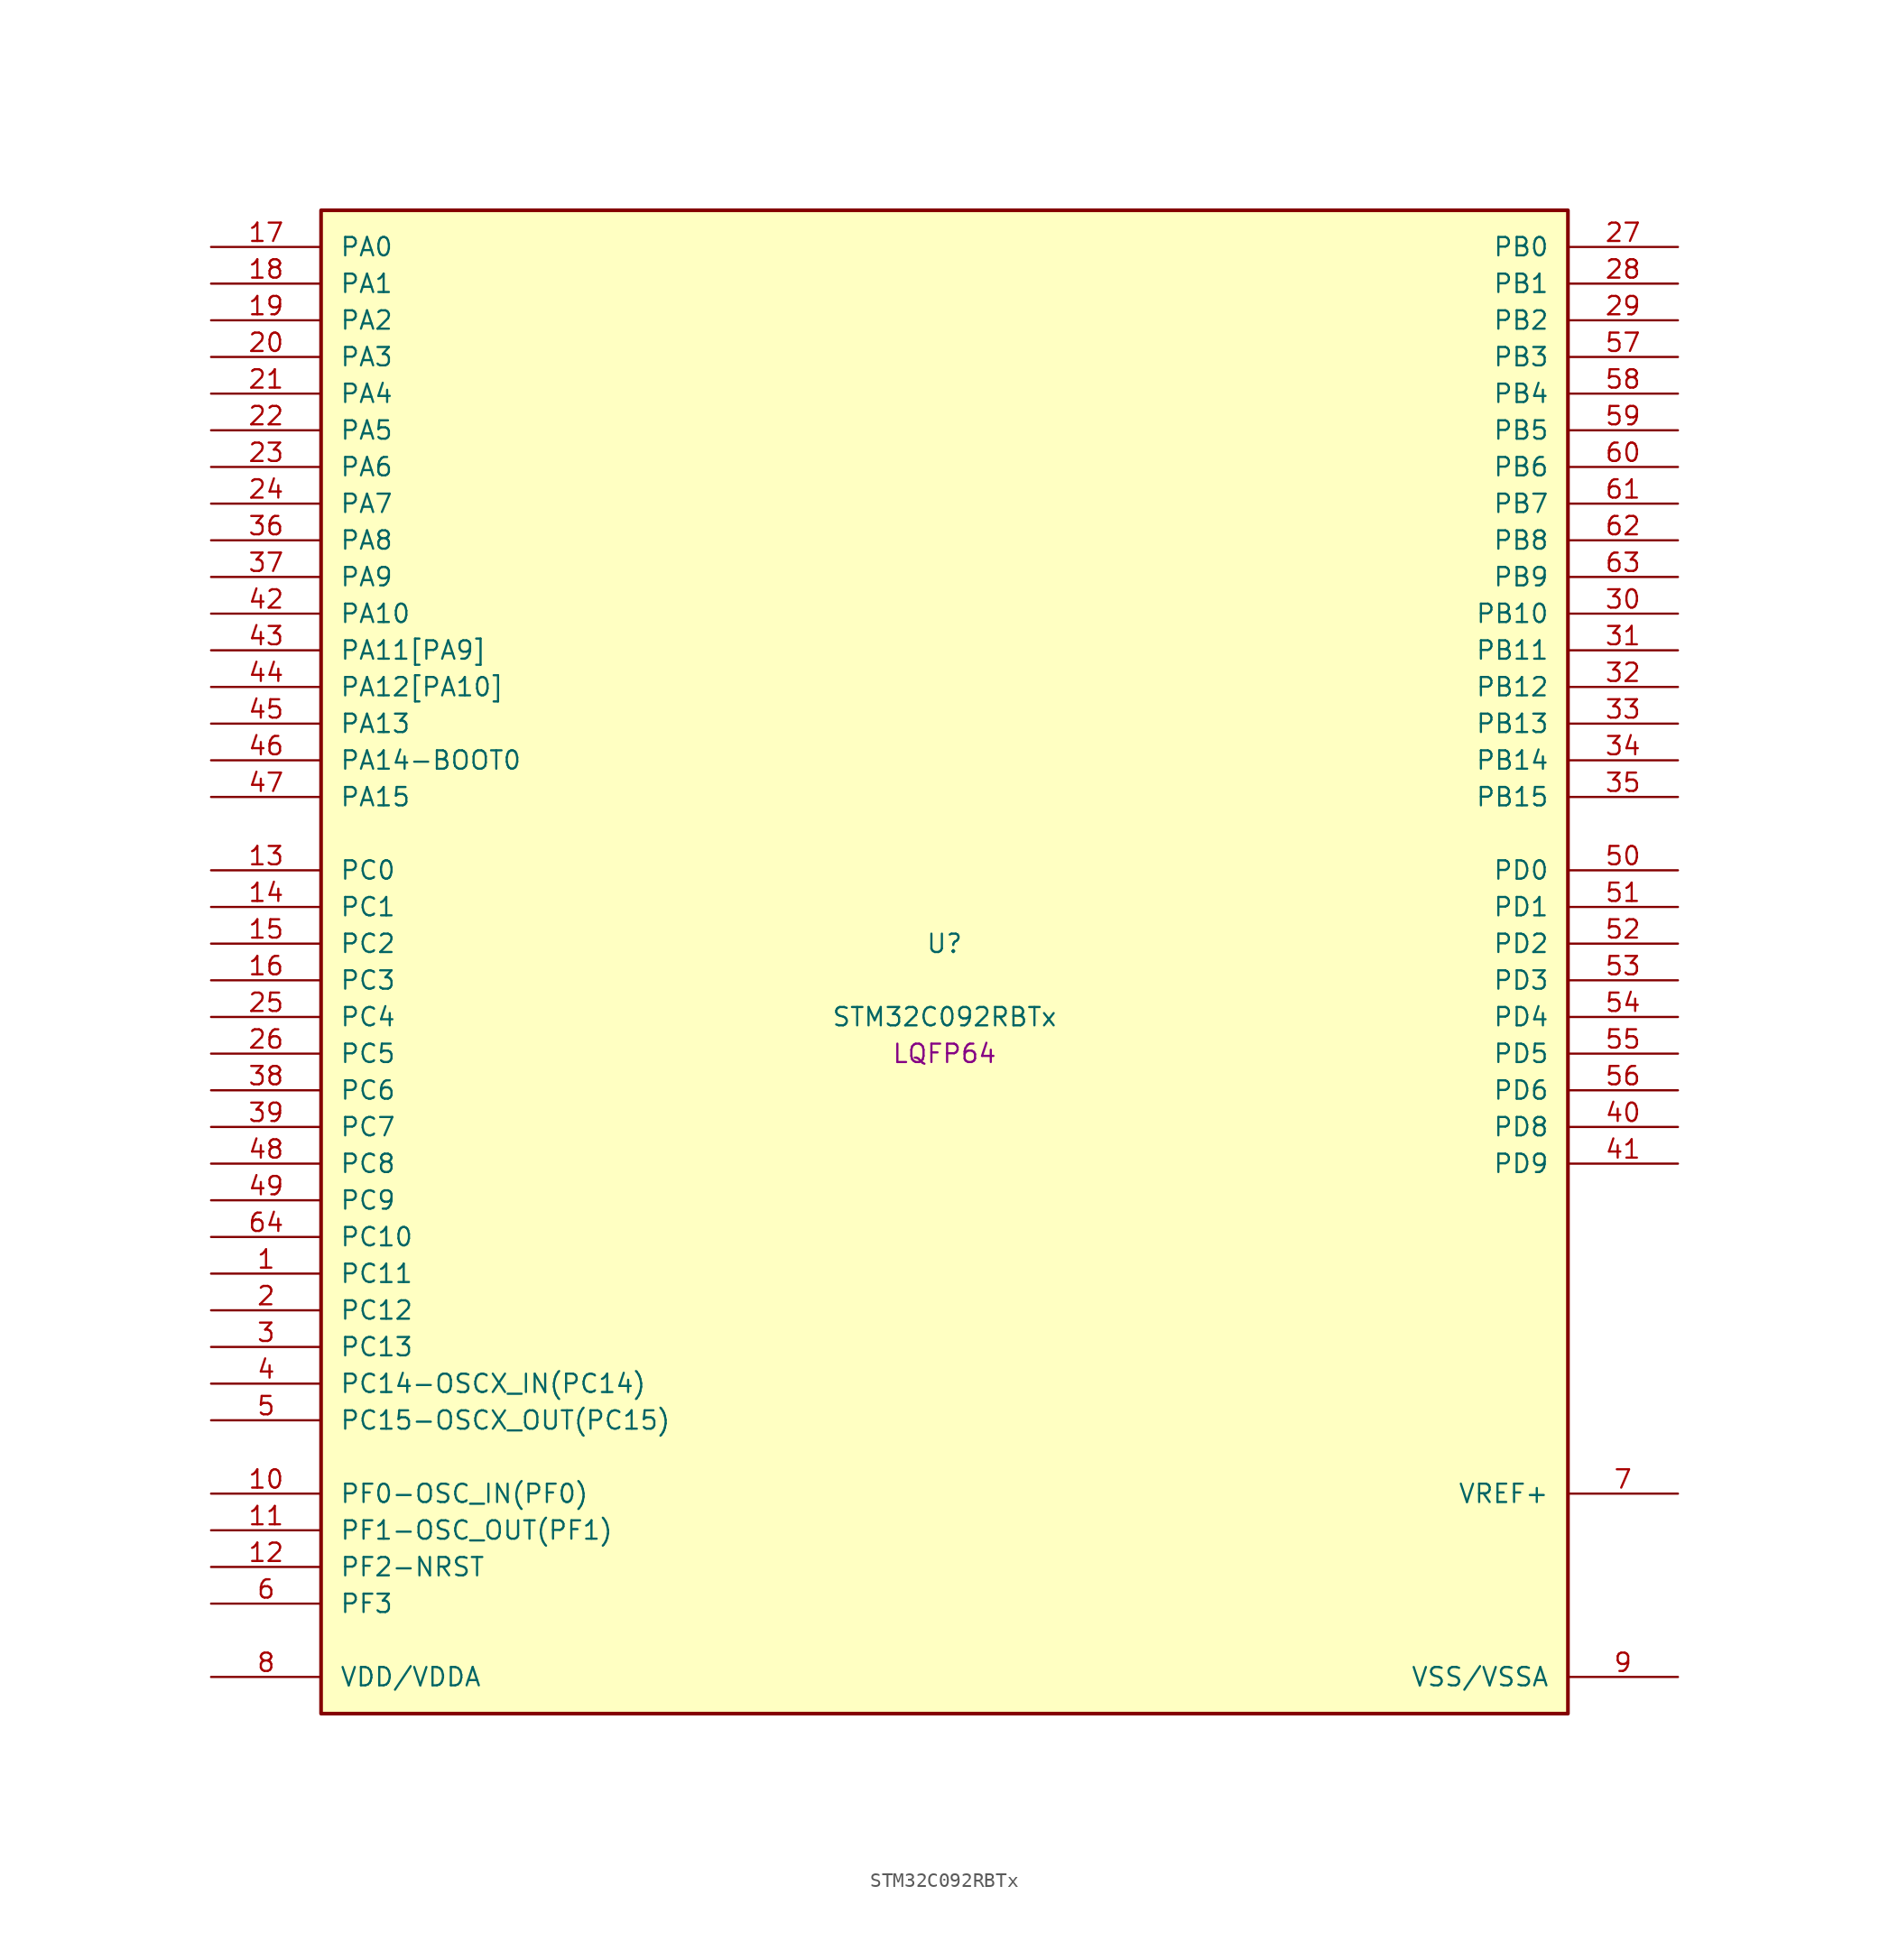
<source format=kicad_sym>
(kicad_symbol_lib
  (version 20241209)
  (generator "stm32_pkl_generator")
  (generator_version "1.0")
  (symbol "STM32C092RBTx"
    (pin_names
      (offset 1.27))
    (property "Reference" "U"
      (at 0 2.54 0))
    (property "Value" "STM32C092RBTx"
      (at 0 -2.54 0))
    (property "Footprint" "LQFP64"
      (at 0 -5.08 0))
    (symbol "STM32C092RBTx_1_1"
      (rectangle (start -43.18 53.34) (end 43.18 -50.8) (stroke (width 0.254) (type solid)) (fill (type background)))
      (pin bidirectional line (at -50.8 50.8 0) (length 7.62) (name "PA0") (number "17") (alternate "PA0/ADC1_IN0" bidirectional line) (alternate "PA0/PWR_WKUP1" bidirectional line) (alternate "PA0/SPI2_SCK" bidirectional line) (alternate "PA0/TIM16_CH1" bidirectional line) (alternate "PA0/TIM1_CH1" bidirectional line) (alternate "PA0/TIM2_CH1" bidirectional line) (alternate "PA0/TIM2_ETR" bidirectional line) (alternate "PA0/USART1_TX" bidirectional line) (alternate "PA0/USART2_CTS" bidirectional line) (alternate "PA0/USART2_NSS" bidirectional line) (alternate "PA0/USART4_TX" bidirectional line))
      (pin bidirectional line (at -50.8 48.26 0) (length 7.62) (name "PA1") (number "18") (alternate "PA1/ADC1_IN1" bidirectional line) (alternate "PA1/I2C1_SMBA" bidirectional line) (alternate "PA1/I2S1_CK" bidirectional line) (alternate "PA1/SPI1_SCK" bidirectional line) (alternate "PA1/TIM15_CH1N" bidirectional line) (alternate "PA1/TIM17_CH1" bidirectional line) (alternate "PA1/TIM1_CH2" bidirectional line) (alternate "PA1/TIM2_CH2" bidirectional line) (alternate "PA1/USART1_RX" bidirectional line) (alternate "PA1/USART2_CK" bidirectional line) (alternate "PA1/USART2_DE" bidirectional line) (alternate "PA1/USART2_RTS" bidirectional line) (alternate "PA1/USART4_RX" bidirectional line))
      (pin bidirectional line (at -50.8 45.72 0) (length 7.62) (name "PA2") (number "19") (alternate "PA2/ADC1_IN2" bidirectional line) (alternate "PA2/I2S1_SD" bidirectional line) (alternate "PA2/PWR_WKUP4" bidirectional line) (alternate "PA2/RCC_LSCO" bidirectional line) (alternate "PA2/SPI1_MOSI" bidirectional line) (alternate "PA2/TIM15_CH1" bidirectional line) (alternate "PA2/TIM16_CH1N" bidirectional line) (alternate "PA2/TIM1_CH3" bidirectional line) (alternate "PA2/TIM2_CH3" bidirectional line) (alternate "PA2/TIM3_ETR" bidirectional line) (alternate "PA2/USART2_TX" bidirectional line))
      (pin bidirectional line (at -50.8 43.18 0) (length 7.62) (name "PA3") (number "20") (alternate "PA3/ADC1_IN3" bidirectional line) (alternate "PA3/SPI2_MISO" bidirectional line) (alternate "PA3/TIM15_CH2" bidirectional line) (alternate "PA3/TIM1_CH1N" bidirectional line) (alternate "PA3/TIM1_CH4" bidirectional line) (alternate "PA3/TIM2_CH4" bidirectional line) (alternate "PA3/USART2_RX" bidirectional line))
      (pin bidirectional line (at -50.8 40.64 0) (length 7.62) (name "PA4") (number "21") (alternate "PA4/ADC1_IN4" bidirectional line) (alternate "PA4/I2S1_WS" bidirectional line) (alternate "PA4/RTC_OUT2" bidirectional line) (alternate "PA4/SPI1_NSS" bidirectional line) (alternate "PA4/SPI2_MOSI" bidirectional line) (alternate "PA4/TIM14_CH1" bidirectional line) (alternate "PA4/TIM17_CH1N" bidirectional line) (alternate "PA4/TIM1_CH2N" bidirectional line) (alternate "PA4/USART2_TX" bidirectional line))
      (pin bidirectional line (at -50.8 38.1 0) (length 7.62) (name "PA5") (number "22") (alternate "PA5/ADC1_IN5" bidirectional line) (alternate "PA5/I2S1_CK" bidirectional line) (alternate "PA5/SPI1_SCK" bidirectional line) (alternate "PA5/TIM1_CH1" bidirectional line) (alternate "PA5/TIM1_CH3N" bidirectional line) (alternate "PA5/TIM2_CH1" bidirectional line) (alternate "PA5/TIM2_ETR" bidirectional line) (alternate "PA5/USART2_RX" bidirectional line) (alternate "PA5/USART3_TX" bidirectional line))
      (pin bidirectional line (at -50.8 35.56 0) (length 7.62) (name "PA6") (number "23") (alternate "PA6/ADC1_IN6" bidirectional line) (alternate "PA6/I2C2_SDA" bidirectional line) (alternate "PA6/I2S1_MCK" bidirectional line) (alternate "PA6/SPI1_MISO" bidirectional line) (alternate "PA6/TIM16_CH1" bidirectional line) (alternate "PA6/TIM1_BKIN" bidirectional line) (alternate "PA6/TIM3_CH1" bidirectional line) (alternate "PA6/USART3_CTS" bidirectional line) (alternate "PA6/USART3_NSS" bidirectional line))
      (pin bidirectional line (at -50.8 33.02 0) (length 7.62) (name "PA7") (number "24") (alternate "PA7/ADC1_IN7" bidirectional line) (alternate "PA7/I2C2_SCL" bidirectional line) (alternate "PA7/I2S1_SD" bidirectional line) (alternate "PA7/SPI1_MOSI" bidirectional line) (alternate "PA7/TIM14_CH1" bidirectional line) (alternate "PA7/TIM17_CH1" bidirectional line) (alternate "PA7/TIM1_CH1N" bidirectional line) (alternate "PA7/TIM3_CH2" bidirectional line))
      (pin bidirectional line (at -50.8 30.48 0) (length 7.62) (name "PA8") (number "36") (alternate "PA8/ADC1_IN8" bidirectional line) (alternate "PA8/I2S1_WS" bidirectional line) (alternate "PA8/RCC_MCO" bidirectional line) (alternate "PA8/RCC_MCO_2" bidirectional line) (alternate "PA8/SPI1_NSS" bidirectional line) (alternate "PA8/SPI2_MISO" bidirectional line) (alternate "PA8/SPI2_NSS" bidirectional line) (alternate "PA8/TIM14_CH1" bidirectional line) (alternate "PA8/TIM1_CH1" bidirectional line) (alternate "PA8/TIM1_CH2N" bidirectional line) (alternate "PA8/TIM1_CH3N" bidirectional line) (alternate "PA8/TIM3_CH3" bidirectional line) (alternate "PA8/TIM3_CH4" bidirectional line) (alternate "PA8/USART1_RX" bidirectional line) (alternate "PA8/USART2_TX" bidirectional line))
      (pin bidirectional line (at -50.8 27.94 0) (length 7.62) (name "PA9") (number "37") (alternate "PA9/I2C1_SCL" bidirectional line) (alternate "PA9/I2C2_SCL" bidirectional line) (alternate "PA9/RCC_MCO" bidirectional line) (alternate "PA9/SPI2_MISO" bidirectional line) (alternate "PA9/TIM15_BKIN" bidirectional line) (alternate "PA9/TIM1_CH2" bidirectional line) (alternate "PA9/TIM3_ETR" bidirectional line) (alternate "PA9/USART1_TX" bidirectional line) (alternate "PA9/NC" bidirectional line))
      (pin bidirectional line (at -50.8 25.4 0) (length 7.62) (name "PA10") (number "42") (alternate "PA10/I2C1_SDA" bidirectional line) (alternate "PA10/I2C2_SDA" bidirectional line) (alternate "PA10/RCC_MCO_2" bidirectional line) (alternate "PA10/SPI2_MOSI" bidirectional line) (alternate "PA10/TIM17_BKIN" bidirectional line) (alternate "PA10/TIM1_CH3" bidirectional line) (alternate "PA10/USART1_RX" bidirectional line) (alternate "PA10/NC" bidirectional line))
      (pin bidirectional line (at -50.8 22.86 0) (length 7.62) (name "PA11[PA9]") (number "43") (alternate "PA11[PA9]/ADC1_EXTI11" bidirectional line) (alternate "PA11[PA9]/FDCAN1_RX" bidirectional line) (alternate "PA11[PA9]/I2C2_SCL" bidirectional line) (alternate "PA11[PA9]/I2S1_MCK" bidirectional line) (alternate "PA11[PA9]/SPI1_MISO" bidirectional line) (alternate "PA11[PA9]/TIM1_BKIN2" bidirectional line) (alternate "PA11[PA9]/TIM1_CH4" bidirectional line) (alternate "PA11[PA9]/USART1_CTS" bidirectional line) (alternate "PA11[PA9]/USART1_NSS" bidirectional line) (alternate "PA11[PA9]/PA9[PA11]" bidirectional line) (alternate "PA11[PA9]/I2C1_SCL" bidirectional line) (alternate "PA11[PA9]/RCC_MCO" bidirectional line) (alternate "PA11[PA9]/SPI2_MISO" bidirectional line) (alternate "PA11[PA9]/TIM15_BKIN" bidirectional line) (alternate "PA11[PA9]/TIM1_CH2" bidirectional line) (alternate "PA11[PA9]/TIM3_ETR" bidirectional line) (alternate "PA11[PA9]/USART1_TX" bidirectional line))
      (pin bidirectional line (at -50.8 20.32 0) (length 7.62) (name "PA12[PA10]") (number "44") (alternate "PA12[PA10]/FDCAN1_TX" bidirectional line) (alternate "PA12[PA10]/I2C2_SDA" bidirectional line) (alternate "PA12[PA10]/I2S1_SD" bidirectional line) (alternate "PA12[PA10]/I2S_CKIN" bidirectional line) (alternate "PA12[PA10]/SPI1_MOSI" bidirectional line) (alternate "PA12[PA10]/TIM1_ETR" bidirectional line) (alternate "PA12[PA10]/USART1_CK" bidirectional line) (alternate "PA12[PA10]/USART1_DE" bidirectional line) (alternate "PA12[PA10]/USART1_RTS" bidirectional line) (alternate "PA12[PA10]/PA10[PA12]" bidirectional line) (alternate "PA12[PA10]/I2C1_SDA" bidirectional line) (alternate "PA12[PA10]/RCC_MCO_2" bidirectional line) (alternate "PA12[PA10]/SPI2_MOSI" bidirectional line) (alternate "PA12[PA10]/TIM17_BKIN" bidirectional line) (alternate "PA12[PA10]/TIM1_CH3" bidirectional line) (alternate "PA12[PA10]/USART1_RX" bidirectional line))
      (pin bidirectional line (at -50.8 17.78 0) (length 7.62) (name "PA13") (number "45") (alternate "PA13/ADC1_IN13" bidirectional line) (alternate "PA13/DEBUG_SWDIO" bidirectional line) (alternate "PA13/IR_OUT" bidirectional line) (alternate "PA13/TIM3_ETR" bidirectional line) (alternate "PA13/USART2_RX" bidirectional line))
      (pin bidirectional line (at -50.8 15.24 0) (length 7.62) (name "PA14-BOOT0") (number "46") (alternate "PA14-BOOT0/ADC1_IN14" bidirectional line) (alternate "PA14-BOOT0/BOOT0" bidirectional line) (alternate "PA14-BOOT0/DEBUG_SWCLK" bidirectional line) (alternate "PA14-BOOT0/I2S1_WS" bidirectional line) (alternate "PA14-BOOT0/RCC_MCO_2" bidirectional line) (alternate "PA14-BOOT0/SPI1_NSS" bidirectional line) (alternate "PA14-BOOT0/TIM1_CH1" bidirectional line) (alternate "PA14-BOOT0/USART1_CK" bidirectional line) (alternate "PA14-BOOT0/USART1_DE" bidirectional line) (alternate "PA14-BOOT0/USART1_RTS" bidirectional line) (alternate "PA14-BOOT0/USART2_RX" bidirectional line) (alternate "PA14-BOOT0/USART2_TX" bidirectional line))
      (pin bidirectional line (at -50.8 12.7 0) (length 7.62) (name "PA15") (number "47") (alternate "PA15/I2S1_WS" bidirectional line) (alternate "PA15/RCC_MCO_2" bidirectional line) (alternate "PA15/SPI1_NSS" bidirectional line) (alternate "PA15/TIM1_CH1" bidirectional line) (alternate "PA15/TIM2_CH1" bidirectional line) (alternate "PA15/TIM2_ETR" bidirectional line) (alternate "PA15/USART1_CK" bidirectional line) (alternate "PA15/USART1_DE" bidirectional line) (alternate "PA15/USART1_RTS" bidirectional line) (alternate "PA15/USART2_RX" bidirectional line) (alternate "PA15/USART3_CK" bidirectional line) (alternate "PA15/USART3_DE" bidirectional line) (alternate "PA15/USART3_RTS" bidirectional line) (alternate "PA15/USART4_CK" bidirectional line) (alternate "PA15/USART4_DE" bidirectional line) (alternate "PA15/USART4_RTS" bidirectional line))
      (pin bidirectional line (at 50.8 50.8 180) (length 7.62) (name "PB0") (number "27") (alternate "PB0/ADC1_IN17" bidirectional line) (alternate "PB0/FDCAN1_RX" bidirectional line) (alternate "PB0/I2S1_WS" bidirectional line) (alternate "PB0/SPI1_NSS" bidirectional line) (alternate "PB0/TIM1_CH2N" bidirectional line) (alternate "PB0/TIM3_CH3" bidirectional line) (alternate "PB0/USART3_RX" bidirectional line))
      (pin bidirectional line (at 50.8 48.26 180) (length 7.62) (name "PB1") (number "28") (alternate "PB1/ADC1_IN18" bidirectional line) (alternate "PB1/FDCAN1_TX" bidirectional line) (alternate "PB1/TIM14_CH1" bidirectional line) (alternate "PB1/TIM1_CH2N" bidirectional line) (alternate "PB1/TIM1_CH3N" bidirectional line) (alternate "PB1/TIM3_CH4" bidirectional line) (alternate "PB1/USART3_CK" bidirectional line) (alternate "PB1/USART3_DE" bidirectional line) (alternate "PB1/USART3_RTS" bidirectional line))
      (pin bidirectional line (at 50.8 45.72 180) (length 7.62) (name "PB2") (number "29") (alternate "PB2/ADC1_IN19" bidirectional line) (alternate "PB2/RCC_MCO_2" bidirectional line) (alternate "PB2/SPI2_MISO" bidirectional line) (alternate "PB2/USART1_RX" bidirectional line) (alternate "PB2/USART3_TX" bidirectional line))
      (pin bidirectional line (at 50.8 43.18 180) (length 7.62) (name "PB3") (number "57") (alternate "PB3/I2C2_SCL" bidirectional line) (alternate "PB3/I2S1_CK" bidirectional line) (alternate "PB3/SPI1_SCK" bidirectional line) (alternate "PB3/TIM1_CH2" bidirectional line) (alternate "PB3/TIM2_CH2" bidirectional line) (alternate "PB3/TIM3_CH2" bidirectional line) (alternate "PB3/USART1_CK" bidirectional line) (alternate "PB3/USART1_DE" bidirectional line) (alternate "PB3/USART1_RTS" bidirectional line))
      (pin bidirectional line (at 50.8 40.64 180) (length 7.62) (name "PB4") (number "58") (alternate "PB4/I2C2_SDA" bidirectional line) (alternate "PB4/I2S1_MCK" bidirectional line) (alternate "PB4/SPI1_MISO" bidirectional line) (alternate "PB4/TIM17_BKIN" bidirectional line) (alternate "PB4/TIM3_CH1" bidirectional line) (alternate "PB4/USART1_CTS" bidirectional line) (alternate "PB4/USART1_NSS" bidirectional line))
      (pin bidirectional line (at 50.8 38.1 180) (length 7.62) (name "PB5") (number "59") (alternate "PB5/FDCAN1_RX" bidirectional line) (alternate "PB5/I2C1_SMBA" bidirectional line) (alternate "PB5/I2S1_SD" bidirectional line) (alternate "PB5/PWR_WKUP6" bidirectional line) (alternate "PB5/SPI1_MOSI" bidirectional line) (alternate "PB5/TIM16_BKIN" bidirectional line) (alternate "PB5/TIM3_CH2" bidirectional line) (alternate "PB5/TIM3_CH3" bidirectional line))
      (pin bidirectional line (at 50.8 35.56 180) (length 7.62) (name "PB6") (number "60") (alternate "PB6/FDCAN1_TX" bidirectional line) (alternate "PB6/I2C1_SCL" bidirectional line) (alternate "PB6/I2C1_SMBA" bidirectional line) (alternate "PB6/I2S1_CK" bidirectional line) (alternate "PB6/I2S1_MCK" bidirectional line) (alternate "PB6/I2S1_SD" bidirectional line) (alternate "PB6/PWR_WKUP3" bidirectional line) (alternate "PB6/SPI1_MISO" bidirectional line) (alternate "PB6/SPI1_MOSI" bidirectional line) (alternate "PB6/SPI1_SCK" bidirectional line) (alternate "PB6/SPI2_MISO" bidirectional line) (alternate "PB6/TIM16_BKIN" bidirectional line) (alternate "PB6/TIM16_CH1N" bidirectional line) (alternate "PB6/TIM1_CH2" bidirectional line) (alternate "PB6/TIM1_CH3" bidirectional line) (alternate "PB6/TIM3_CH1" bidirectional line) (alternate "PB6/TIM3_CH2" bidirectional line) (alternate "PB6/TIM3_CH3" bidirectional line) (alternate "PB6/USART1_CTS" bidirectional line) (alternate "PB6/USART1_NSS" bidirectional line) (alternate "PB6/USART1_TX" bidirectional line))
      (pin bidirectional line (at 50.8 33.02 180) (length 7.62) (name "PB7") (number "61") (alternate "PB7/I2C1_SCL" bidirectional line) (alternate "PB7/I2C1_SDA" bidirectional line) (alternate "PB7/SPI2_MOSI" bidirectional line) (alternate "PB7/TIM16_CH1" bidirectional line) (alternate "PB7/TIM17_CH1N" bidirectional line) (alternate "PB7/TIM1_CH4" bidirectional line) (alternate "PB7/TIM3_CH1" bidirectional line) (alternate "PB7/TIM3_CH4" bidirectional line) (alternate "PB7/USART1_RX" bidirectional line) (alternate "PB7/USART2_CTS" bidirectional line) (alternate "PB7/USART2_NSS" bidirectional line) (alternate "PB7/USART4_CTS" bidirectional line) (alternate "PB7/USART4_NSS" bidirectional line))
      (pin bidirectional line (at 50.8 30.48 180) (length 7.62) (name "PB8") (number "62") (alternate "PB8/FDCAN1_RX" bidirectional line) (alternate "PB8/I2C1_SCL" bidirectional line) (alternate "PB8/SPI2_SCK" bidirectional line) (alternate "PB8/TIM15_BKIN" bidirectional line) (alternate "PB8/TIM16_CH1" bidirectional line) (alternate "PB8/TIM3_CH1" bidirectional line) (alternate "PB8/USART2_CTS" bidirectional line) (alternate "PB8/USART2_NSS" bidirectional line) (alternate "PB8/USART3_TX" bidirectional line))
      (pin bidirectional line (at 50.8 27.94 180) (length 7.62) (name "PB9") (number "63") (alternate "PB9/FDCAN1_TX" bidirectional line) (alternate "PB9/I2C1_SDA" bidirectional line) (alternate "PB9/IR_OUT" bidirectional line) (alternate "PB9/SPI2_NSS" bidirectional line) (alternate "PB9/TIM17_CH1" bidirectional line) (alternate "PB9/TIM3_CH2" bidirectional line) (alternate "PB9/USART2_CK" bidirectional line) (alternate "PB9/USART2_DE" bidirectional line) (alternate "PB9/USART2_RTS" bidirectional line) (alternate "PB9/USART3_RX" bidirectional line))
      (pin bidirectional line (at 50.8 25.4 180) (length 7.62) (name "PB10") (number "30") (alternate "PB10/ADC1_IN20" bidirectional line) (alternate "PB10/I2C2_SCL" bidirectional line) (alternate "PB10/SPI2_SCK" bidirectional line) (alternate "PB10/TIM2_CH3" bidirectional line) (alternate "PB10/USART3_TX" bidirectional line))
      (pin bidirectional line (at 50.8 22.86 180) (length 7.62) (name "PB11") (number "31") (alternate "PB11/ADC1_EXTI11" bidirectional line) (alternate "PB11/ADC1_IN21" bidirectional line) (alternate "PB11/I2C2_SDA" bidirectional line) (alternate "PB11/SPI2_MOSI" bidirectional line) (alternate "PB11/TIM2_CH4" bidirectional line) (alternate "PB11/USART3_RX" bidirectional line))
      (pin bidirectional line (at 50.8 20.32 180) (length 7.62) (name "PB12") (number "32") (alternate "PB12/ADC1_IN22" bidirectional line) (alternate "PB12/FDCAN1_RX" bidirectional line) (alternate "PB12/SPI2_NSS" bidirectional line) (alternate "PB12/TIM15_BKIN" bidirectional line) (alternate "PB12/TIM1_BKIN" bidirectional line) (alternate "PB12/TIM1_BKIN2" bidirectional line))
      (pin bidirectional line (at 50.8 17.78 180) (length 7.62) (name "PB13") (number "33") (alternate "PB13/FDCAN1_TX" bidirectional line) (alternate "PB13/I2C2_SCL" bidirectional line) (alternate "PB13/SPI2_SCK" bidirectional line) (alternate "PB13/TIM15_CH1N" bidirectional line) (alternate "PB13/TIM1_CH1N" bidirectional line) (alternate "PB13/USART3_CTS" bidirectional line) (alternate "PB13/USART3_NSS" bidirectional line))
      (pin bidirectional line (at 50.8 15.24 180) (length 7.62) (name "PB14") (number "34") (alternate "PB14/I2C2_SDA" bidirectional line) (alternate "PB14/SPI2_MISO" bidirectional line) (alternate "PB14/TIM15_CH1" bidirectional line) (alternate "PB14/TIM1_CH2N" bidirectional line) (alternate "PB14/USART3_CK" bidirectional line) (alternate "PB14/USART3_DE" bidirectional line) (alternate "PB14/USART3_RTS" bidirectional line))
      (pin bidirectional line (at 50.8 12.7 180) (length 7.62) (name "PB15") (number "35") (alternate "PB15/RTC_REFIN" bidirectional line) (alternate "PB15/SPI2_MOSI" bidirectional line) (alternate "PB15/TIM15_CH1N" bidirectional line) (alternate "PB15/TIM15_CH2" bidirectional line) (alternate "PB15/TIM1_CH3N" bidirectional line))
      (pin bidirectional line (at -50.8 7.62 0) (length 7.62) (name "PC0") (number "13") (alternate "PC0/USART3_TX" bidirectional line) (alternate "PC0/USART4_RX" bidirectional line))
      (pin bidirectional line (at -50.8 5.08 0) (length 7.62) (name "PC1") (number "14") (alternate "PC1/TIM15_CH1" bidirectional line) (alternate "PC1/USART3_RX" bidirectional line) (alternate "PC1/USART4_TX" bidirectional line))
      (pin bidirectional line (at -50.8 2.54 0) (length 7.62) (name "PC2") (number "15") (alternate "PC2/FDCAN1_RX" bidirectional line) (alternate "PC2/SPI2_MISO" bidirectional line) (alternate "PC2/TIM15_CH2" bidirectional line))
      (pin bidirectional line (at -50.8 0 0) (length 7.62) (name "PC3") (number "16") (alternate "PC3/FDCAN1_TX" bidirectional line) (alternate "PC3/SPI2_MOSI" bidirectional line))
      (pin bidirectional line (at -50.8 -2.54 0) (length 7.62) (name "PC4") (number "25") (alternate "PC4/ADC1_IN11" bidirectional line) (alternate "PC4/FDCAN1_RX" bidirectional line) (alternate "PC4/TIM2_CH1" bidirectional line) (alternate "PC4/TIM2_ETR" bidirectional line) (alternate "PC4/USART1_TX" bidirectional line) (alternate "PC4/USART3_TX" bidirectional line))
      (pin bidirectional line (at -50.8 -5.08 0) (length 7.62) (name "PC5") (number "26") (alternate "PC5/ADC1_IN12" bidirectional line) (alternate "PC5/FDCAN1_TX" bidirectional line) (alternate "PC5/PWR_WKUP5" bidirectional line) (alternate "PC5/TIM2_CH2" bidirectional line) (alternate "PC5/USART1_RX" bidirectional line) (alternate "PC5/USART3_RX" bidirectional line))
      (pin bidirectional line (at -50.8 -7.62 0) (length 7.62) (name "PC6") (number "38") (alternate "PC6/TIM2_CH3" bidirectional line) (alternate "PC6/TIM3_CH1" bidirectional line))
      (pin bidirectional line (at -50.8 -10.16 0) (length 7.62) (name "PC7") (number "39") (alternate "PC7/TIM2_CH4" bidirectional line) (alternate "PC7/TIM3_CH2" bidirectional line))
      (pin bidirectional line (at -50.8 -12.7 0) (length 7.62) (name "PC8") (number "48") (alternate "PC8/TIM1_CH1" bidirectional line) (alternate "PC8/TIM3_CH3" bidirectional line))
      (pin bidirectional line (at -50.8 -15.24 0) (length 7.62) (name "PC9") (number "49") (alternate "PC9/I2S_CKIN" bidirectional line) (alternate "PC9/TIM1_CH2" bidirectional line) (alternate "PC9/TIM3_CH4" bidirectional line))
      (pin bidirectional line (at -50.8 -17.78 0) (length 7.62) (name "PC10") (number "64") (alternate "PC10/TIM1_CH3" bidirectional line) (alternate "PC10/USART3_TX" bidirectional line) (alternate "PC10/USART4_TX" bidirectional line))
      (pin bidirectional line (at -50.8 -20.32 0) (length 7.62) (name "PC11") (number "1") (alternate "PC11/ADC1_EXTI11" bidirectional line) (alternate "PC11/TIM1_CH4" bidirectional line) (alternate "PC11/USART3_RX" bidirectional line) (alternate "PC11/USART4_RX" bidirectional line))
      (pin bidirectional line (at -50.8 -22.86 0) (length 7.62) (name "PC12") (number "2") (alternate "PC12/TIM14_CH1" bidirectional line))
      (pin bidirectional line (at -50.8 -25.4 0) (length 7.62) (name "PC13") (number "3") (alternate "PC13/PWR_WKUP2" bidirectional line) (alternate "PC13/RTC_OUT1" bidirectional line) (alternate "PC13/RTC_TS" bidirectional line) (alternate "PC13/TIM1_BKIN" bidirectional line) (alternate "PC13/TIM1_ETR" bidirectional line))
      (pin bidirectional line (at -50.8 -27.94 0) (length 7.62) (name "PC14-OSCX_IN(PC14)") (number "4") (alternate "PC14-OSCX_IN(PC14)/FDCAN1_TX" bidirectional line) (alternate "PC14-OSCX_IN(PC14)/I2C1_SDA" bidirectional line) (alternate "PC14-OSCX_IN(PC14)/IR_OUT" bidirectional line) (alternate "PC14-OSCX_IN(PC14)/RCC_OSCX_IN" bidirectional line) (alternate "PC14-OSCX_IN(PC14)/SPI2_NSS" bidirectional line) (alternate "PC14-OSCX_IN(PC14)/TIM17_CH1" bidirectional line) (alternate "PC14-OSCX_IN(PC14)/TIM1_BKIN2" bidirectional line) (alternate "PC14-OSCX_IN(PC14)/TIM1_ETR" bidirectional line) (alternate "PC14-OSCX_IN(PC14)/TIM3_CH2" bidirectional line) (alternate "PC14-OSCX_IN(PC14)/USART1_TX" bidirectional line) (alternate "PC14-OSCX_IN(PC14)/USART2_CK" bidirectional line) (alternate "PC14-OSCX_IN(PC14)/USART2_DE" bidirectional line) (alternate "PC14-OSCX_IN(PC14)/USART2_RTS" bidirectional line) (alternate "PC14-OSCX_IN(PC14)/USART3_TX" bidirectional line))
      (pin bidirectional line (at -50.8 -30.48 0) (length 7.62) (name "PC15-OSCX_OUT(PC15)") (number "5") (alternate "PC15-OSCX_OUT(PC15)/RCC_OSC32_EN" bidirectional line) (alternate "PC15-OSCX_OUT(PC15)/RCC_OSCX_OUT" bidirectional line) (alternate "PC15-OSCX_OUT(PC15)/RCC_OSC_EN" bidirectional line) (alternate "PC15-OSCX_OUT(PC15)/TIM15_BKIN" bidirectional line) (alternate "PC15-OSCX_OUT(PC15)/TIM1_ETR" bidirectional line) (alternate "PC15-OSCX_OUT(PC15)/TIM3_CH3" bidirectional line))
      (pin bidirectional line (at 50.8 7.62 180) (length 7.62) (name "PD0") (number "50") (alternate "PD0/FDCAN1_RX" bidirectional line) (alternate "PD0/SPI2_NSS" bidirectional line) (alternate "PD0/TIM16_CH1" bidirectional line))
      (pin bidirectional line (at 50.8 5.08 180) (length 7.62) (name "PD1") (number "51") (alternate "PD1/FDCAN1_TX" bidirectional line) (alternate "PD1/SPI2_SCK" bidirectional line) (alternate "PD1/TIM17_CH1" bidirectional line))
      (pin bidirectional line (at 50.8 2.54 180) (length 7.62) (name "PD2") (number "52") (alternate "PD2/TIM1_CH1N" bidirectional line) (alternate "PD2/TIM3_ETR" bidirectional line) (alternate "PD2/USART3_CK" bidirectional line) (alternate "PD2/USART3_DE" bidirectional line) (alternate "PD2/USART3_RTS" bidirectional line))
      (pin bidirectional line (at 50.8 0 180) (length 7.62) (name "PD3") (number "53") (alternate "PD3/SPI2_MISO" bidirectional line) (alternate "PD3/TIM1_CH2N" bidirectional line) (alternate "PD3/USART2_CTS" bidirectional line) (alternate "PD3/USART2_NSS" bidirectional line))
      (pin bidirectional line (at 50.8 -2.54 180) (length 7.62) (name "PD4") (number "54") (alternate "PD4/SPI2_MOSI" bidirectional line) (alternate "PD4/TIM1_CH3N" bidirectional line) (alternate "PD4/USART2_CK" bidirectional line) (alternate "PD4/USART2_DE" bidirectional line) (alternate "PD4/USART2_RTS" bidirectional line))
      (pin bidirectional line (at 50.8 -5.08 180) (length 7.62) (name "PD5") (number "55") (alternate "PD5/I2S1_MCK" bidirectional line) (alternate "PD5/SPI1_MISO" bidirectional line) (alternate "PD5/TIM1_BKIN" bidirectional line) (alternate "PD5/USART2_TX" bidirectional line))
      (pin bidirectional line (at 50.8 -7.62 180) (length 7.62) (name "PD6") (number "56") (alternate "PD6/I2S1_SD" bidirectional line) (alternate "PD6/SPI1_MOSI" bidirectional line) (alternate "PD6/USART2_RX" bidirectional line))
      (pin bidirectional line (at 50.8 -10.16 180) (length 7.62) (name "PD8") (number "40") (alternate "PD8/I2S1_CK" bidirectional line) (alternate "PD8/SPI1_SCK" bidirectional line) (alternate "PD8/USART3_TX" bidirectional line))
      (pin bidirectional line (at 50.8 -12.7 180) (length 7.62) (name "PD9") (number "41") (alternate "PD9/I2S1_WS" bidirectional line) (alternate "PD9/SPI1_NSS" bidirectional line) (alternate "PD9/TIM1_BKIN2" bidirectional line) (alternate "PD9/USART3_RX" bidirectional line))
      (pin bidirectional line (at -50.8 -35.56 0) (length 7.62) (name "PF0-OSC_IN(PF0)") (number "10") (alternate "PF0-OSC_IN(PF0)/RCC_OSC_IN" bidirectional line) (alternate "PF0-OSC_IN(PF0)/TIM14_CH1" bidirectional line))
      (pin bidirectional line (at -50.8 -38.1 0) (length 7.62) (name "PF1-OSC_OUT(PF1)") (number "11") (alternate "PF1-OSC_OUT(PF1)/RCC_OSC_EN" bidirectional line) (alternate "PF1-OSC_OUT(PF1)/RCC_OSC_OUT" bidirectional line) (alternate "PF1-OSC_OUT(PF1)/TIM15_CH1N" bidirectional line))
      (pin bidirectional line (at -50.8 -40.64 0) (length 7.62) (name "PF2-NRST") (number "12") (alternate "PF2-NRST/RCC_MCO" bidirectional line) (alternate "PF2-NRST/TIM1_CH4" bidirectional line))
      (pin bidirectional line (at -50.8 -43.18 0) (length 7.62) (name "PF3") (number "6"))
      (pin bidirectional line (at 50.8 -35.56 180) (length 7.62) (name "VREF+") (number "7"))
      (pin power_in line (at -50.8 -48.26 0) (length 7.62) (name "VDD/VDDA") (number "8"))
      (pin power_in line (at 50.8 -48.26 180) (length 7.62) (name "VSS/VSSA") (number "9")))))
</source>
